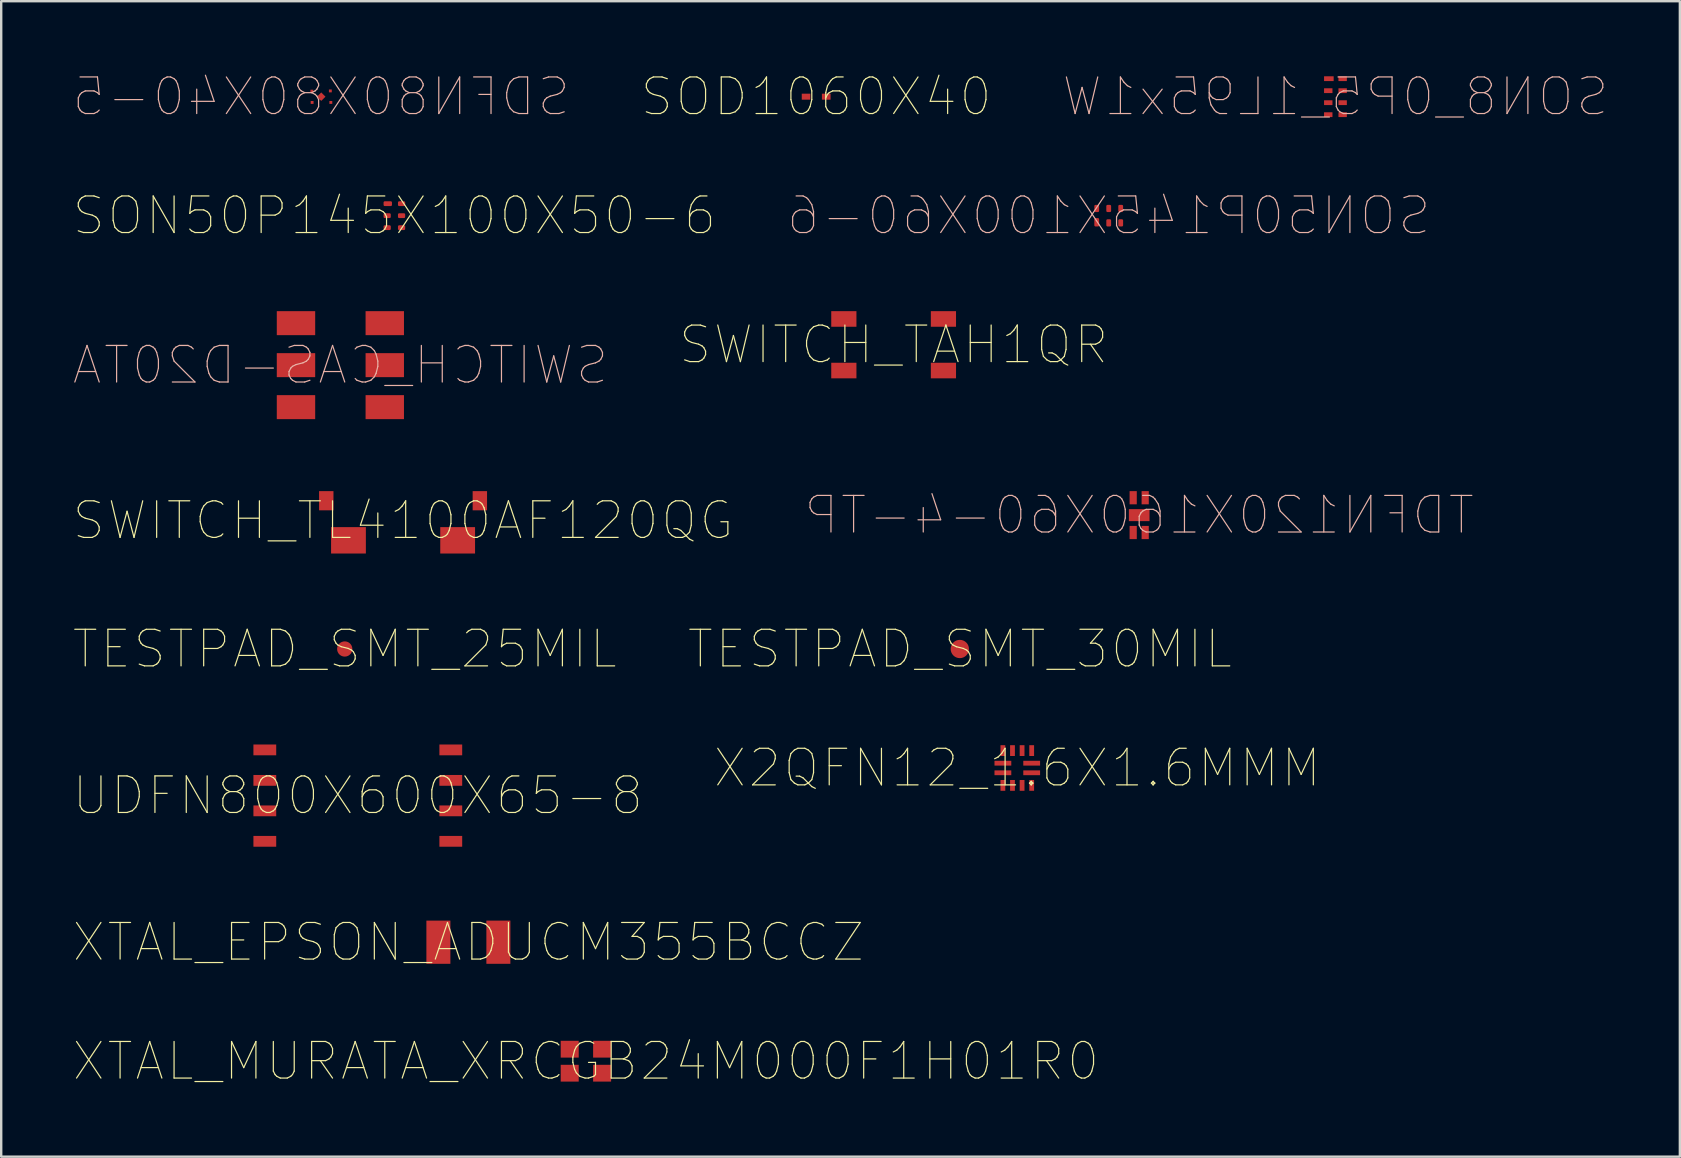
<source format=kicad_pcb>
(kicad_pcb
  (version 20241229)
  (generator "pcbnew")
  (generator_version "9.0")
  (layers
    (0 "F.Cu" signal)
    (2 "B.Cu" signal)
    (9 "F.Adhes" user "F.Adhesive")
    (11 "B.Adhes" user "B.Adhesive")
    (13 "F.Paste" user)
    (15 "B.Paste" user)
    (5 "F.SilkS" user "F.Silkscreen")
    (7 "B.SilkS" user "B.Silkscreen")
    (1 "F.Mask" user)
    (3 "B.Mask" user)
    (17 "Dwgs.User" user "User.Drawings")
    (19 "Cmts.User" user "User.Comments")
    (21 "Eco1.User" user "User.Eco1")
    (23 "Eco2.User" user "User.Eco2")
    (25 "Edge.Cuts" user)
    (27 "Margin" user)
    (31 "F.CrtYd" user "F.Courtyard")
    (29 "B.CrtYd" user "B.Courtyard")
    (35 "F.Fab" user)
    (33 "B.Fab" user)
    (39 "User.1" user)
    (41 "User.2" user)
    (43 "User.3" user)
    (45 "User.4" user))
  (footprint "SWITCH_CAS-D20TA"
    (layer "F.Cu")
    (at 11.135 12.167)
    (property "Reference" "SWITCH_CAS-D20TA" (at 0 0 0) (layer "B.SilkS") (effects (font (size 1.524 1.524) (thickness 0.05)) (justify mirror)))
    (attr smd)
    (pad "1" smd rect (at 1.85 1.75) (size 1.6 1) (layers "F.Cu"))
    (pad "2" smd rect (at 1.85 0) (size 1.6 1) (layers "F.Cu"))
    (pad "3" smd rect (at 1.85 -1.75) (size 1.6 1) (layers "F.Cu"))
    (pad "4" smd rect (at -1.85 1.75) (size 1.6 1) (layers "F.Cu"))
    (pad "5" smd rect (at -1.85 0) (size 1.6 1) (layers "F.Cu"))
    (pad "6" smd rect (at -1.85 -1.75) (size 1.6 1) (layers "F.Cu")))
  (footprint "TESTPAD_SMT_25MIL"
    (layer "F.Cu")
    (at 11.316 23.996)
    (property "Reference" "TESTPAD_SMT_25MIL" (at 0 0 0) (layer "F.SilkS") (effects (font (size 1.524 1.524) (thickness 0.05))))
    (attr smd)
    (pad "1" smd circle (at 0 0 270) (size 0.635 0.635) (layers "F.Cu")))
  (footprint "SOD1060X40"
    (layer "F.Cu")
    (at 30.962 0.979)
    (property "Reference" "SOD1060X40" (at 0 0 0) (layer "F.SilkS") (effects (font (size 1.524 1.524) (thickness 0.05))))
    (attr smd)
    (pad "A" smd rect (at 0.42 0) (size 0.36 0.25) (layers "F.Cu"))
    (pad "K" smd rect (at -0.42 0) (size 0.36 0.25) (layers "F.Cu")))
  (footprint "UDFN800X600X65-8"
    (layer "F.Cu")
    (at 11.861 30.106)
    (property "Reference" "UDFN800X600X65-8" (at 0 0 0) (layer "F.SilkS") (effects (font (size 1.524 1.524) (thickness 0.05))))
    (attr smd)
    (pad "1" smd rect (at 3.875 1.905 180) (size 0.95 0.45) (layers "F.Cu"))
    (pad "2" smd rect (at 3.875 0.635 180) (size 0.95 0.45) (layers "F.Cu"))
    (pad "3" smd rect (at 3.875 -0.635 180) (size 0.95 0.45) (layers "F.Cu"))
    (pad "4" smd rect (at 3.875 -1.905 180) (size 0.95 0.45) (layers "F.Cu"))
    (pad "5" smd rect (at -3.875 -1.905 180) (size 0.95 0.45) (layers "F.Cu"))
    (pad "6" smd rect (at -3.875 -0.635 180) (size 0.95 0.45) (layers "F.Cu"))
    (pad "7" smd rect (at -3.875 0.635 180) (size 0.95 0.45) (layers "F.Cu"))
    (pad "8" smd rect (at -3.875 1.905 180) (size 0.95 0.45) (layers "F.Cu")))
  (footprint "TDFN120X160X60-4-TP"
    (layer "F.Cu")
    (at 44.424 18.417)
    (property "Reference" "TDFN120X160X60-4-TP" (at 0 0 0) (layer "B.SilkS") (effects (font (size 1.524 1.524) (thickness 0.05)) (justify mirror)))
    (attr smd)
    (pad "1" smd rect (at -0.25 0.725 270) (size 0.55 0.3) (layers "F.Cu"))
    (pad "2" smd rect (at 0.25 0.725 270) (size 0.55 0.3) (layers "F.Cu"))
    (pad "3" smd rect (at 0.25 -0.725 270) (size 0.55 0.3) (layers "F.Cu"))
    (pad "4" smd rect (at -0.25 -0.725 270) (size 0.55 0.3) (layers "F.Cu"))
    (pad "5" smd rect (at 0.00008 0.00008 270) (size 0.5 0.86) (layers "F.Cu")))
  (footprint "SON50P145X100X60-6"
    (layer "F.Cu")
    (at 43.154 5.938)
    (property "Reference" "SON50P145X100X60-6" (at 0 0 0) (layer "B.SilkS") (effects (font (size 1.524 1.524) (thickness 0.05)) (justify mirror)))
    (attr smd)
    (pad "1" smd roundrect (at -0.5 0.275 90) (size 0.35 0.2) (layers "F.Cu") (roundrect_rratio 0.25))
    (pad "2" smd roundrect (at 0 0.3 90) (size 0.3 0.2) (layers "F.Cu") (roundrect_rratio 0.25))
    (pad "3" smd roundrect (at 0.5 0.3 90) (size 0.3 0.2) (layers "F.Cu") (roundrect_rratio 0.25))
    (pad "4" smd roundrect (at 0.5 -0.3 270) (size 0.3 0.2) (layers "F.Cu") (roundrect_rratio 0.25))
    (pad "5" smd roundrect (at 0 -0.3 270) (size 0.3 0.2) (layers "F.Cu") (roundrect_rratio 0.25))
    (pad "6" smd roundrect (at -0.5 -0.3 270) (size 0.3 0.2) (layers "F.Cu") (roundrect_rratio 0.25)))
  (footprint "XTAL_EPSON_ADUCM355BCCZ"
    (layer "F.Cu")
    (at 16.469 36.215)
    (property "Reference" "XTAL_EPSON_ADUCM355BCCZ" (at 0 0 0) (layer "F.SilkS") (effects (font (size 1.524 1.524) (thickness 0.05))))
    (attr smd)
    (pad "1" smd rect (at -1.25 0) (size 1 1.8) (layers "F.Cu"))
    (pad "2" smd rect (at 1.25 0) (size 1 1.8) (layers "F.Cu")))
  (footprint "TESTPAD_SMT_30MIL"
    (layer "F.Cu")
    (at 36.949 23.996)
    (property "Reference" "TESTPAD_SMT_30MIL" (at 0 0 0) (layer "F.SilkS") (effects (font (size 1.524 1.524) (thickness 0.05))))
    (attr smd)
    (pad "1" smd circle (at 0 0 90) (size 0.762 0.762) (layers "F.Cu")))
  (footprint "SDFN80X80X40-5"
    (layer "F.Cu")
    (at 10.337 0.979)
    (property "Reference" "SDFN80X80X40-5" (at 0 0 0) (layer "B.SilkS") (effects (font (size 1.524 1.524) (thickness 0.05)) (justify mirror)))
    (attr smd)
    (pad "1" smd rect (at 0.4 0.24 270) (size 0.12 0.12) (layers "F.Cu"))
    (pad "2" smd rect (at 0.38 -0.24 270) (size 0.12 0.12) (layers "F.Cu"))
    (pad "3" smd rect (at -0.39 -0.23) (size 0.12 0.12) (layers "F.Cu"))
    (pad "4" smd rect (at -0.38 0.24 90) (size 0.12 0.12) (layers "F.Cu"))
    (pad "5" smd rect (at 0 0 315) (size 0.25 0.25) (layers "F.Cu")))
  (footprint "SON50P145X100X50-6"
    (layer "F.Cu")
    (at 13.385 5.938)
    (property "Reference" "SON50P145X100X50-6" (at 0 0 0) (layer "F.SilkS") (effects (font (size 1.524 1.524) (thickness 0.05))))
    (attr smd)
    (pad "1" smd roundrect (at -0.275 -0.5 180) (size 0.35 0.2) (layers "F.Cu") (roundrect_rratio 0.25))
    (pad "2" smd roundrect (at -0.3 0 180) (size 0.3 0.2) (layers "F.Cu") (roundrect_rratio 0.25))
    (pad "3" smd roundrect (at -0.3 0.5 180) (size 0.3 0.2) (layers "F.Cu") (roundrect_rratio 0.25))
    (pad "4" smd roundrect (at 0.3 0.5) (size 0.3 0.2) (layers "F.Cu") (roundrect_rratio 0.25))
    (pad "5" smd roundrect (at 0.3 0) (size 0.3 0.2) (layers "F.Cu") (roundrect_rratio 0.25))
    (pad "6" smd roundrect (at 0.3 -0.5) (size 0.3 0.2) (layers "F.Cu") (roundrect_rratio 0.25)))
  (footprint "SON8_0P5_1L95x1W"
    (layer "F.Cu")
    (at 52.603 0.979)
    (property "Reference" "SON8_0P5_1L95x1W" (at 0 0 0) (layer "B.SilkS") (effects (font (size 1.524 1.524) (thickness 0.05)) (justify mirror)))
    (attr smd)
    (pad "1" smd rect (at -0.275 -0.75 270) (size 0.2 0.4) (layers "F.Cu"))
    (pad "2" smd rect (at -0.3 -0.25 270) (size 0.2 0.35) (layers "F.Cu"))
    (pad "3" smd rect (at -0.3 0.25 270) (size 0.2 0.35) (layers "F.Cu"))
    (pad "4" smd rect (at -0.3 0.75 270) (size 0.2 0.35) (layers "F.Cu"))
    (pad "5" smd rect (at 0.3 0.75 270) (size 0.2 0.35) (layers "F.Cu"))
    (pad "6" smd rect (at 0.3 0.25 270) (size 0.2 0.35) (layers "F.Cu"))
    (pad "7" smd rect (at 0.3 -0.25 270) (size 0.2 0.35) (layers "F.Cu"))
    (pad "8" smd rect (at 0.3 -0.75 270) (size 0.2 0.35) (layers "F.Cu")))
  (footprint "XTAL_MURATA_XRCGB24M000F1H01R0"
    (layer "F.Cu")
    (at 21.367 41.174)
    (property "Reference" "XTAL_MURATA_XRCGB24M000F1H01R0" (at 0 0 0) (layer "F.SilkS") (effects (font (size 1.524 1.524) (thickness 0.05))))
    (attr smd)
    (pad "1" smd rect (at -0.675 0.5) (size 0.75 0.7) (layers "F.Cu"))
    (pad "2" smd rect (at 0.675 0.5) (size 0.75 0.7) (layers "F.Cu"))
    (pad "3" smd rect (at 0.675 -0.5) (size 0.75 0.7) (layers "F.Cu"))
    (pad "4" smd rect (at -0.675 -0.5) (size 0.75 0.7) (layers "F.Cu")))
  (footprint "SWITCH_TAH1QR"
    (layer "F.Cu")
    (at 34.191 11.317)
    (property "Reference" "SWITCH_TAH1QR" (at 0 0 0) (layer "F.SilkS") (effects (font (size 1.524 1.524) (thickness 0.05))))
    (attr smd)
    (pad "1" smd rect (at -2.075 -1.075) (size 1.05 0.65) (layers "F.Cu"))
    (pad "2" smd rect (at 2.075 -1.075) (size 1.05 0.65) (layers "F.Cu"))
    (pad "3" smd rect (at -2.075 1.075) (size 1.05 0.65) (layers "F.Cu"))
    (pad "4" smd rect (at 2.075 1.075) (size 1.05 0.65) (layers "F.Cu")))
  (footprint "SWITCH_TL4100AF120QG"
    (layer "F.Cu")
    (at 13.747 18.642)
    (property "Reference" "SWITCH_TL4100AF120QG" (at 0 0 0) (layer "F.SilkS") (effects (font (size 1.524 1.524) (thickness 0.05))))
    (attr smd)
    (pad "1" smd rect (at 2.275 0.825 180) (size 1.45 1.1) (layers "F.Cu"))
    (pad "2" smd rect (at -2.275 0.825 180) (size 1.45 1.1) (layers "F.Cu"))
    (pad "SH" smd rect (at -3.2 -0.825 180) (size 0.6 0.8) (layers "F.Cu"))
    (pad "SH" smd rect (at 3.2 -0.825 180) (size 0.6 0.8) (layers "F.Cu")))
  (footprint "X2QFN12_1.6X1.6MMM"
    (layer "F.Cu")
    (at 39.344 28.955)
    (property "Reference" "X2QFN12_1.6X1.6MMM" (at 0 0 0) (layer "F.SilkS") (effects (font (size 1.524 1.524) (thickness 0.05))))
    (attr smd)
    (pad "1" smd rect (at 0.6 0.2 270) (size 0.2 0.7) (layers "F.Cu"))
    (pad "2" smd rect (at 0.6 -0.2 270) (size 0.2 0.7) (layers "F.Cu"))
    (pad "3" smd rect (at 0.6 -0.725) (size 0.2 0.45) (layers "F.Cu"))
    (pad "4" smd rect (at 0.2 -0.725) (size 0.2 0.45) (layers "F.Cu"))
    (pad "5" smd rect (at -0.2 -0.725) (size 0.2 0.45) (layers "F.Cu"))
    (pad "6" smd rect (at -0.6 -0.725) (size 0.2 0.45) (layers "F.Cu"))
    (pad "7" smd rect (at -0.6 -0.2 270) (size 0.2 0.7) (layers "F.Cu"))
    (pad "8" smd rect (at -0.6 0.2 270) (size 0.2 0.7) (layers "F.Cu"))
    (pad "9" smd rect (at -0.6 0.725) (size 0.2 0.45) (layers "F.Cu"))
    (pad "10" smd rect (at -0.2 0.725) (size 0.2 0.45) (layers "F.Cu"))
    (pad "11" smd rect (at 0.2 0.725) (size 0.2 0.45) (layers "F.Cu"))
    (pad "12" smd rect (at 0.6 0.725) (size 0.2 0.45) (layers "F.Cu")))
  (gr_rect
    (start -3 -3)
    (end 66.956 45.153)
    (stroke (width 0.1) (type default))
    (fill no)
    (layer "Edge.Cuts")))
</source>
